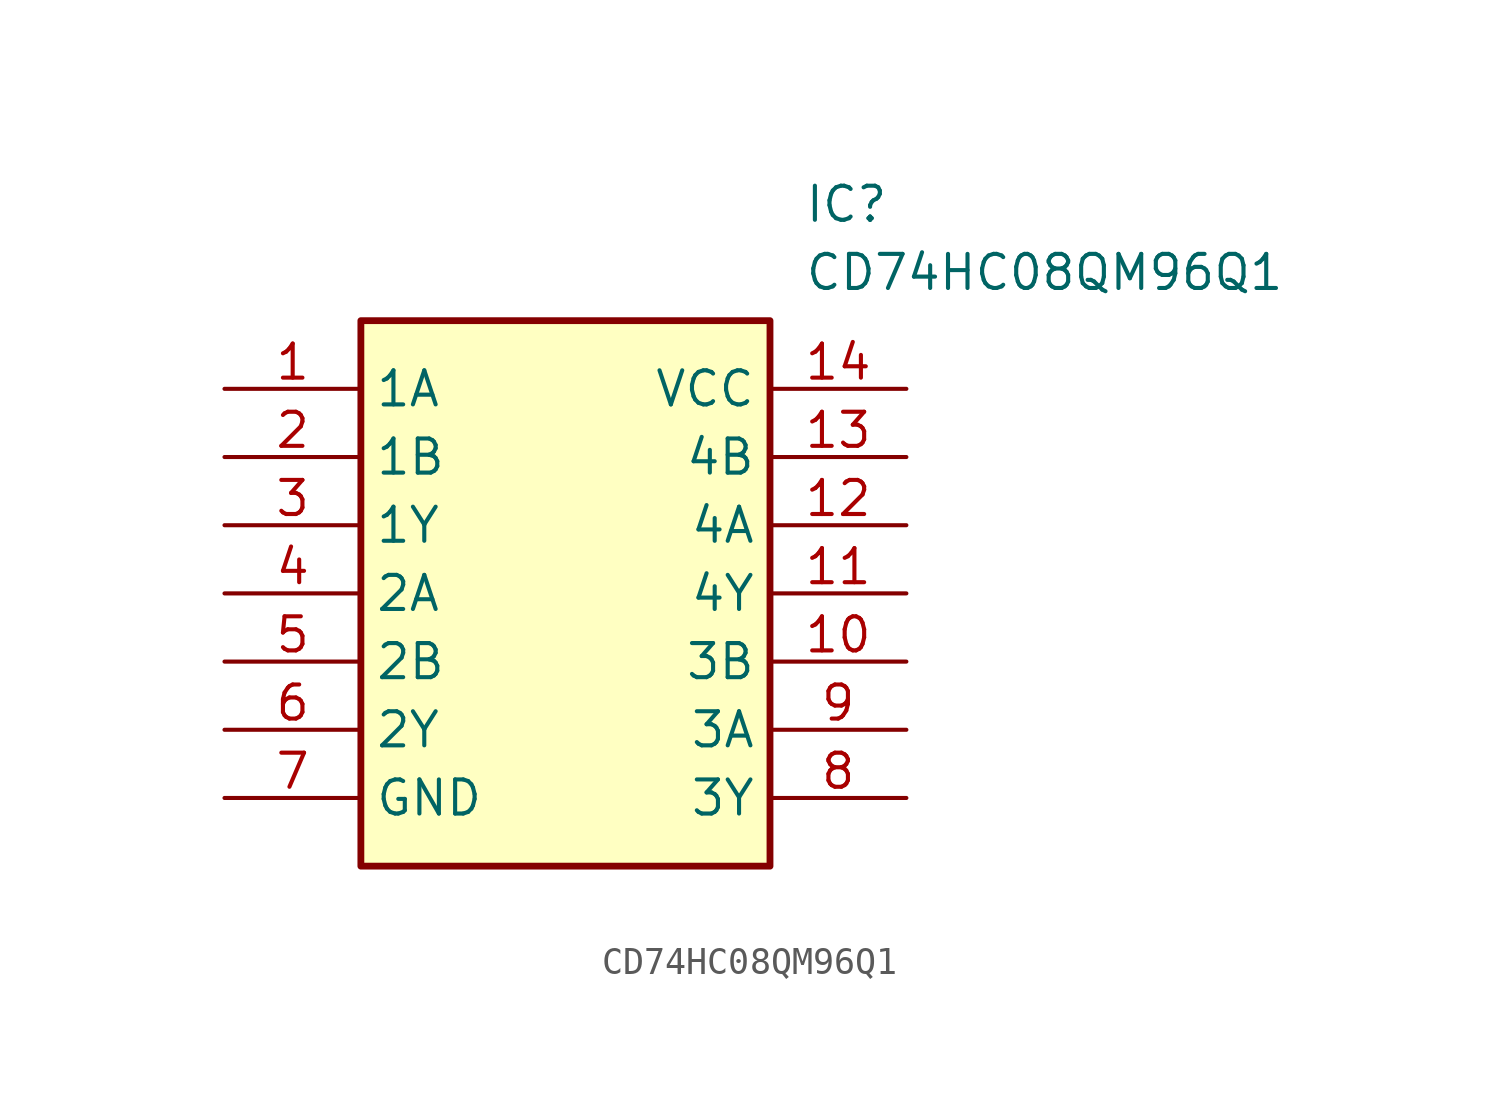
<source format=kicad_sym>
(kicad_symbol_lib
  (version 20211014)
  (generator SamacSys_ECAD_Model)
  (symbol "CD74HC08QM96Q1"
    (property "Reference" "IC"
      (at 21.59 7.62 0)
      (effects (font (size 1.27 1.27)) (justify left top)))
    (property "Value" "CD74HC08QM96Q1"
      (at 21.59 5.08 0)
      (effects (font (size 1.27 1.27)) (justify left top)))
    (rectangle
      (start 5.08 2.54)
      (end 20.32 -17.78)
      (stroke (width 0.254) (type default))
      (fill (type background)))
    (pin passive line
      (at 0 0 0)
      (length 5.08)
      (name "1A" (effects (font (size 1.27 1.27))))
      (number "1" (effects (font (size 1.27 1.27)))))
    (pin passive line
      (at 0 -2.54 0)
      (length 5.08)
      (name "1B" (effects (font (size 1.27 1.27))))
      (number "2" (effects (font (size 1.27 1.27)))))
    (pin passive line
      (at 0 -5.08 0)
      (length 5.08)
      (name "1Y" (effects (font (size 1.27 1.27))))
      (number "3" (effects (font (size 1.27 1.27)))))
    (pin passive line
      (at 0 -7.62 0)
      (length 5.08)
      (name "2A" (effects (font (size 1.27 1.27))))
      (number "4" (effects (font (size 1.27 1.27)))))
    (pin passive line
      (at 0 -10.16 0)
      (length 5.08)
      (name "2B" (effects (font (size 1.27 1.27))))
      (number "5" (effects (font (size 1.27 1.27)))))
    (pin passive line
      (at 0 -12.7 0)
      (length 5.08)
      (name "2Y" (effects (font (size 1.27 1.27))))
      (number "6" (effects (font (size 1.27 1.27)))))
    (pin passive line
      (at 0 -15.24 0)
      (length 5.08)
      (name "GND" (effects (font (size 1.27 1.27))))
      (number "7" (effects (font (size 1.27 1.27)))))
    (pin passive line
      (at 25.4 0 180)
      (length 5.08)
      (name "VCC" (effects (font (size 1.27 1.27))))
      (number "14" (effects (font (size 1.27 1.27)))))
    (pin passive line
      (at 25.4 -2.54 180)
      (length 5.08)
      (name "4B" (effects (font (size 1.27 1.27))))
      (number "13" (effects (font (size 1.27 1.27)))))
    (pin passive line
      (at 25.4 -5.08 180)
      (length 5.08)
      (name "4A" (effects (font (size 1.27 1.27))))
      (number "12" (effects (font (size 1.27 1.27)))))
    (pin passive line
      (at 25.4 -7.62 180)
      (length 5.08)
      (name "4Y" (effects (font (size 1.27 1.27))))
      (number "11" (effects (font (size 1.27 1.27)))))
    (pin passive line
      (at 25.4 -10.16 180)
      (length 5.08)
      (name "3B" (effects (font (size 1.27 1.27))))
      (number "10" (effects (font (size 1.27 1.27)))))
    (pin passive line
      (at 25.4 -12.7 180)
      (length 5.08)
      (name "3A" (effects (font (size 1.27 1.27))))
      (number "9" (effects (font (size 1.27 1.27)))))
    (pin passive line
      (at 25.4 -15.24 180)
      (length 5.08)
      (name "3Y" (effects (font (size 1.27 1.27))))
      (number "8" (effects (font (size 1.27 1.27)))))))
</source>
